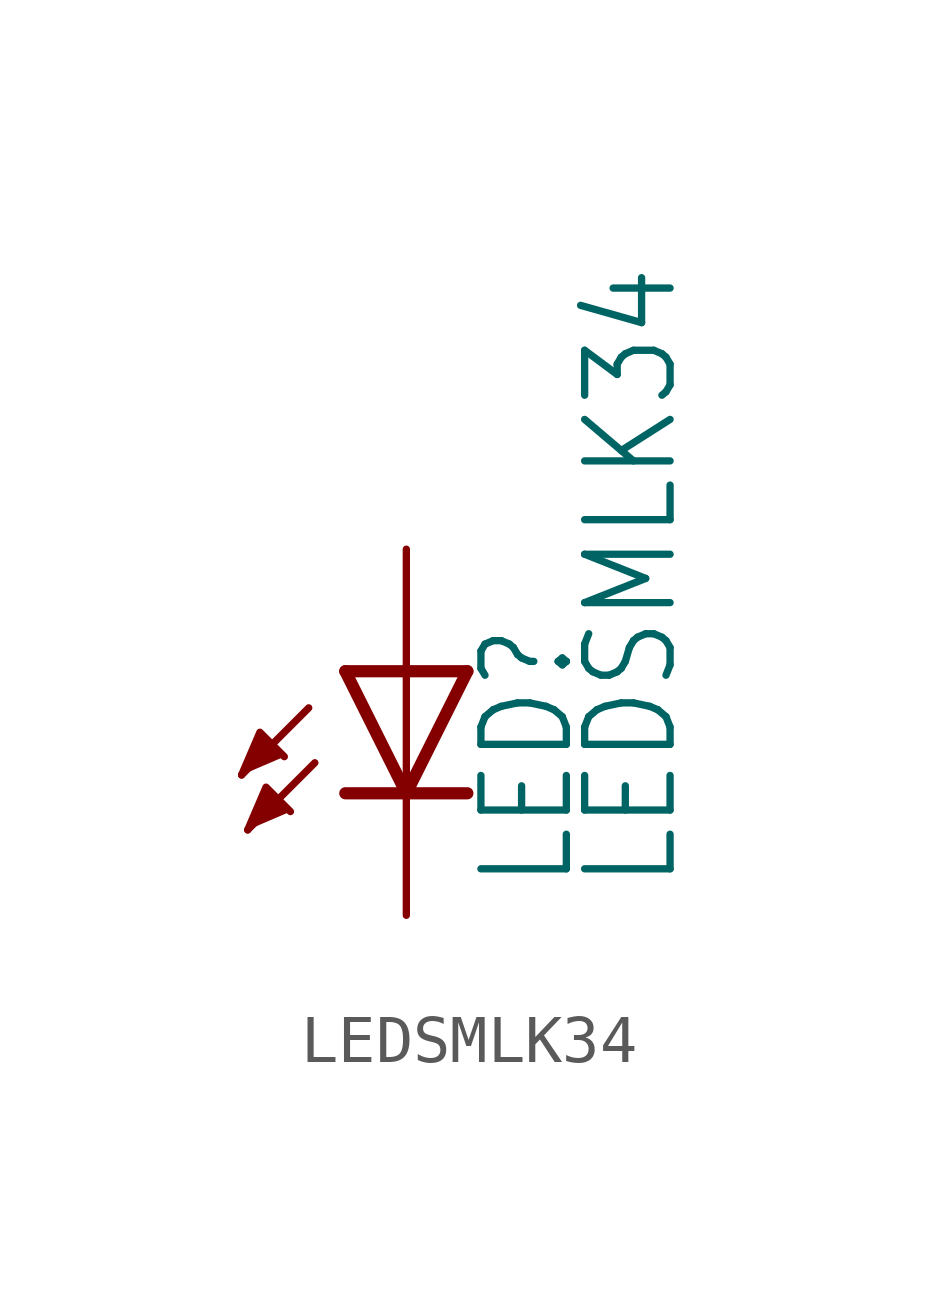
<source format=kicad_sym>
(kicad_symbol_lib
  (version 20200126)
  (host kicad_symbol_editor "5.99.0-unknown-aa7ce74~88~ubuntu18.04.1")
  (symbol "LEDSMLK34"
    (property "Reference" "LED"
      (at 3.556 -4.572 90)
      (effects (font (size 1.778 1.511)) (justify left bottom)))
    (property "Value" "LEDSMLK34"
      (at 5.715 -4.572 90)
      (effects (font (size 1.778 1.511)) (justify left bottom)))
    (property "ki_locked" ""
      (at 0 0 0)
      (effects (font (size 1.27 1.27))))
    (symbol "LEDSMLK34_1_0"
      (polyline (pts (xy 1.27 0) (xy 0 -2.54)) (stroke (width 0.254)) (fill (type none)))
      (polyline (pts (xy 0 -2.54) (xy -1.27 0)) (stroke (width 0.254)) (fill (type none)))
      (polyline (pts (xy 1.27 -2.54) (xy 0 -2.54)) (stroke (width 0.254)) (fill (type none)))
      (polyline (pts (xy 0 -2.54) (xy -1.27 -2.54)) (stroke (width 0.254)) (fill (type none)))
      (polyline (pts (xy 1.27 0) (xy 0 0)) (stroke (width 0.254)) (fill (type none)))
      (polyline (pts (xy 0 0) (xy -1.27 0)) (stroke (width 0.254)) (fill (type none)))
      (polyline (pts (xy 0 0) (xy 0 -2.54)) (stroke (width 0.152)) (fill (type none)))
      (polyline (pts (xy -2.032 -0.762) (xy -3.429 -2.159)) (stroke (width 0.152)) (fill (type none)))
      (polyline (pts (xy -1.905 -1.905) (xy -3.302 -3.302)) (stroke (width 0.152)) (fill (type none)))
      (polyline (pts (xy -3.429 -2.159) (xy -3.048 -1.27) (xy -2.54 -1.778)) (stroke (width 0)) (fill (type outline)))
      (polyline (pts (xy -3.302 -3.302) (xy -2.921 -2.413) (xy -2.413 -2.921)) (stroke (width 0)) (fill (type outline)))
      (pin passive line (at 0 -5.08 90) (length 2.54) (name "C" (effects (font (size 0 0)))) (number "K" (effects (font (size 0 0)))))
      (pin passive line (at 0 2.54 270) (length 2.54) (name "A" (effects (font (size 0 0)))) (number "A" (effects (font (size 0 0))))))))
</source>
